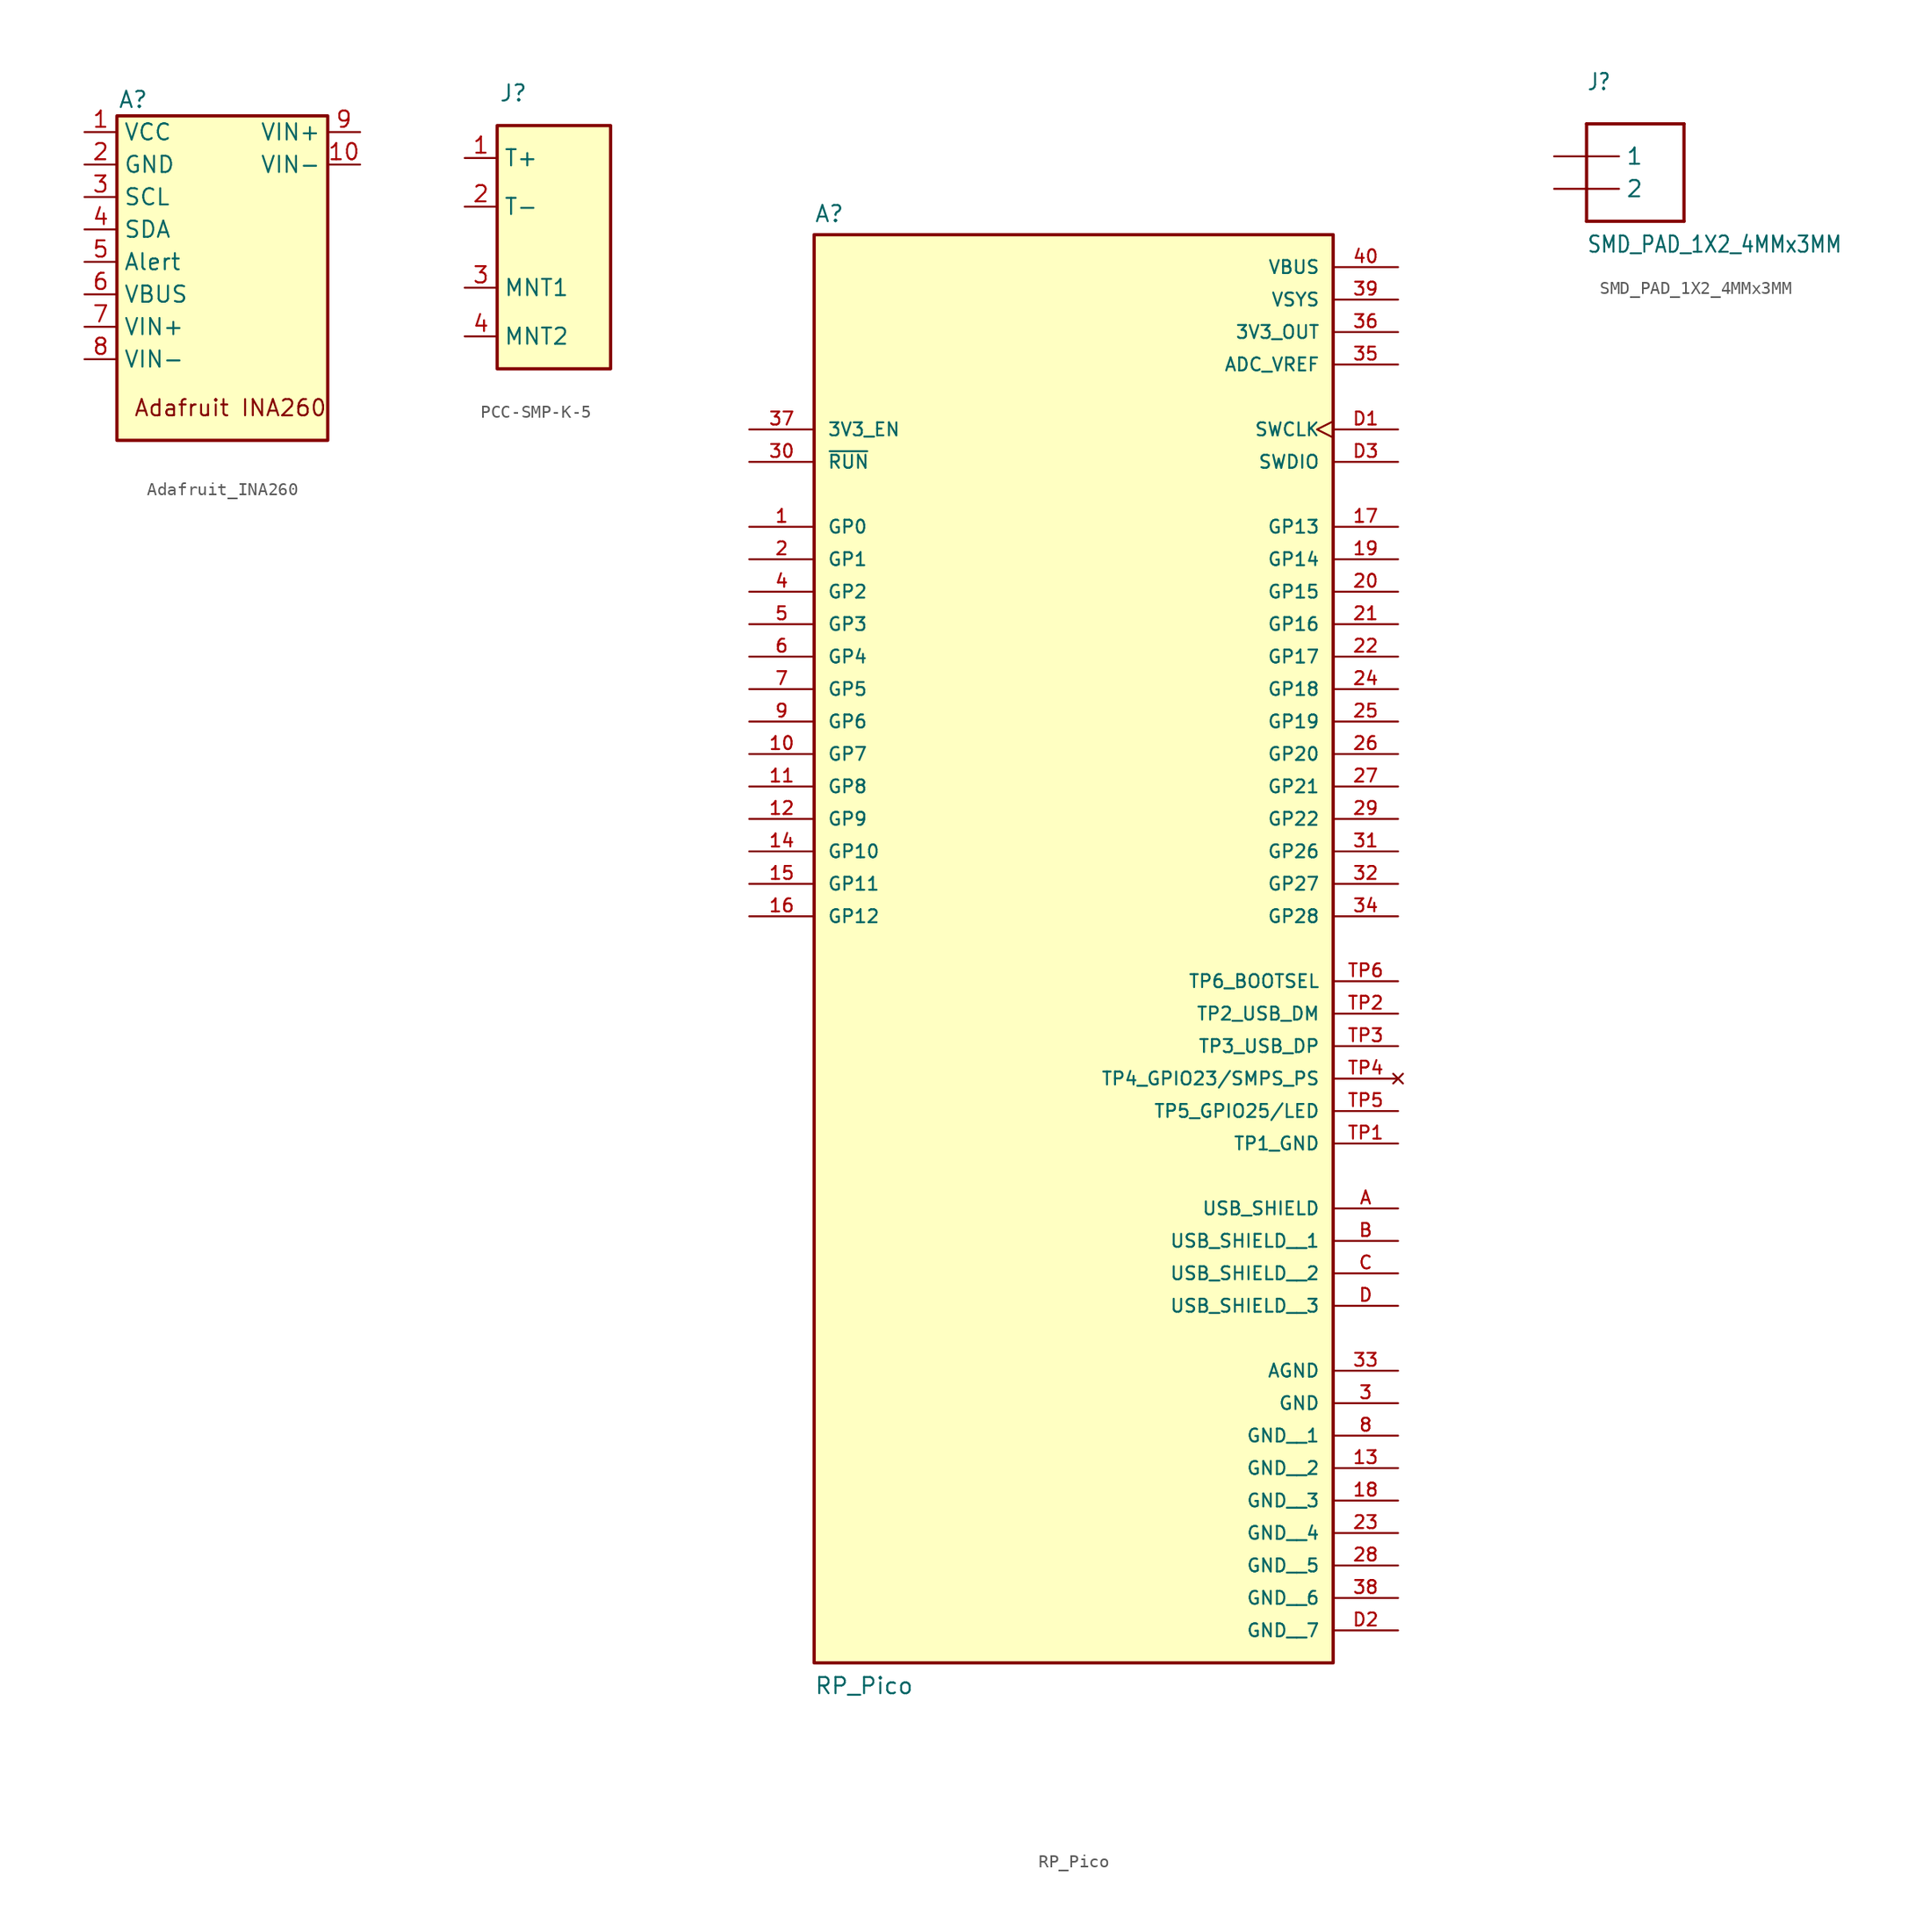
<source format=kicad_sym>
(kicad_symbol_lib
  (version 20220914)
  (generator kicad_symbol_editor)
  (symbol "Adafruit_INA260"
    (property "Reference" "A"
      (at 1.27 2.54 0)
      (effects (font (size 1.27 1.27))))
    (property "Value" ""
      (at 0 0 0)
      (effects (font (size 1.27 1.27))))
    (symbol "Adafruit_INA260_0_0"
      (rectangle (start 0 1.27) (end 16.51 -24.13) (stroke (width 0.254) (type solid)) (fill (type background))))
    (symbol "Adafruit_INA260_1_1"
      (text "Adafruit INA260\n" (at 8.89 -21.59 0) (effects (font (size 1.27 1.27))))
      (pin passive line (at -2.54 0 0) (length 2.54) (name "VCC" (effects (font (size 1.27 1.27)))) (number "1" (effects (font (size 1.27 1.27)))))
      (pin passive line (at 19.05 -2.54 180) (length 2.54) (name "VIN-" (effects (font (size 1.27 1.27)))) (number "10" (effects (font (size 1.27 1.27)))))
      (pin passive line (at -2.54 -2.54 0) (length 2.54) (name "GND" (effects (font (size 1.27 1.27)))) (number "2" (effects (font (size 1.27 1.27)))))
      (pin passive line (at -2.54 -5.08 0) (length 2.54) (name "SCL" (effects (font (size 1.27 1.27)))) (number "3" (effects (font (size 1.27 1.27)))))
      (pin passive line (at -2.54 -7.62 0) (length 2.54) (name "SDA" (effects (font (size 1.27 1.27)))) (number "4" (effects (font (size 1.27 1.27)))))
      (pin passive line (at -2.54 -10.16 0) (length 2.54) (name "Alert" (effects (font (size 1.27 1.27)))) (number "5" (effects (font (size 1.27 1.27)))))
      (pin passive line (at -2.54 -12.7 0) (length 2.54) (name "VBUS" (effects (font (size 1.27 1.27)))) (number "6" (effects (font (size 1.27 1.27)))))
      (pin passive line (at -2.54 -15.24 0) (length 2.54) (name "VIN+" (effects (font (size 1.27 1.27)))) (number "7" (effects (font (size 1.27 1.27)))))
      (pin passive line (at -2.54 -17.78 0) (length 2.54) (name "VIN-" (effects (font (size 1.27 1.27)))) (number "8" (effects (font (size 1.27 1.27)))))
      (pin passive line (at 19.05 0 180) (length 2.54) (name "VIN+" (effects (font (size 1.27 1.27)))) (number "9" (effects (font (size 1.27 1.27)))))))
  (symbol "PCC-SMP-K-5"
    (property "Reference" "J"
      (at -2.54 5.08 0)
      (effects (font (size 1.27 1.27))))
    (property "Value" ""
      (at 0 0 0)
      (effects (font (size 1.27 1.27))))
    (symbol "PCC-SMP-K-5_0_0"
      (rectangle (start -3.81 2.54) (end 5.08 -16.51) (stroke (width 0.254) (type solid)) (fill (type background))))
    (symbol "PCC-SMP-K-5_1_1"
      (pin input line (at -6.35 0 0) (length 2.54) (name "T+" (effects (font (size 1.27 1.27)))) (number "1" (effects (font (size 1.27 1.27)))))
      (pin input line (at -6.35 -3.81 0) (length 2.54) (name "T-" (effects (font (size 1.27 1.27)))) (number "2" (effects (font (size 1.27 1.27)))))
      (pin input line (at -6.35 -10.16 0) (length 2.54) (name "MNT1" (effects (font (size 1.27 1.27)))) (number "3" (effects (font (size 1.27 1.27)))))
      (pin input line (at -6.35 -13.97 0) (length 2.54) (name "MNT2" (effects (font (size 1.27 1.27)))) (number "4" (effects (font (size 1.27 1.27)))))))
  (symbol "RP_Pico"
    (pin_names
      (offset 1.016))
    (property "Reference" "A"
      (at -20.32 44.069 0)
      (effects (font (size 1.27 1.27)) (justify left bottom)))
    (property "Value" "RP_Pico"
      (at -20.32 -71.12 0)
      (effects (font (size 1.27 1.27)) (justify left bottom)))
    (symbol "RP_Pico_0_0"
      (rectangle (start -20.32 -68.58) (end 20.32 43.18) (stroke (width 0.254) (type solid)) (fill (type background)))
      (pin bidirectional line (at -25.4 20.32 0) (length 5.08) (name "GP0" (effects (font (size 1.016 1.016)))) (number "1" (effects (font (size 1.016 1.016)))))
      (pin bidirectional line (at -25.4 2.54 0) (length 5.08) (name "GP7" (effects (font (size 1.016 1.016)))) (number "10" (effects (font (size 1.016 1.016)))))
      (pin bidirectional line (at -25.4 0 0) (length 5.08) (name "GP8" (effects (font (size 1.016 1.016)))) (number "11" (effects (font (size 1.016 1.016)))))
      (pin bidirectional line (at -25.4 -2.54 0) (length 5.08) (name "GP9" (effects (font (size 1.016 1.016)))) (number "12" (effects (font (size 1.016 1.016)))))
      (pin power_in line (at 25.4 -53.34 180) (length 5.08) (name "GND__2" (effects (font (size 1.016 1.016)))) (number "13" (effects (font (size 1.016 1.016)))))
      (pin bidirectional line (at -25.4 -5.08 0) (length 5.08) (name "GP10" (effects (font (size 1.016 1.016)))) (number "14" (effects (font (size 1.016 1.016)))))
      (pin bidirectional line (at -25.4 -7.62 0) (length 5.08) (name "GP11" (effects (font (size 1.016 1.016)))) (number "15" (effects (font (size 1.016 1.016)))))
      (pin bidirectional line (at -25.4 -10.16 0) (length 5.08) (name "GP12" (effects (font (size 1.016 1.016)))) (number "16" (effects (font (size 1.016 1.016)))))
      (pin bidirectional line (at 25.4 20.32 180) (length 5.08) (name "GP13" (effects (font (size 1.016 1.016)))) (number "17" (effects (font (size 1.016 1.016)))))
      (pin power_in line (at 25.4 -55.88 180) (length 5.08) (name "GND__3" (effects (font (size 1.016 1.016)))) (number "18" (effects (font (size 1.016 1.016)))))
      (pin bidirectional line (at 25.4 17.78 180) (length 5.08) (name "GP14" (effects (font (size 1.016 1.016)))) (number "19" (effects (font (size 1.016 1.016)))))
      (pin bidirectional line (at -25.4 17.78 0) (length 5.08) (name "GP1" (effects (font (size 1.016 1.016)))) (number "2" (effects (font (size 1.016 1.016)))))
      (pin bidirectional line (at 25.4 15.24 180) (length 5.08) (name "GP15" (effects (font (size 1.016 1.016)))) (number "20" (effects (font (size 1.016 1.016)))))
      (pin bidirectional line (at 25.4 12.7 180) (length 5.08) (name "GP16" (effects (font (size 1.016 1.016)))) (number "21" (effects (font (size 1.016 1.016)))))
      (pin bidirectional line (at 25.4 10.16 180) (length 5.08) (name "GP17" (effects (font (size 1.016 1.016)))) (number "22" (effects (font (size 1.016 1.016)))))
      (pin power_in line (at 25.4 -58.42 180) (length 5.08) (name "GND__4" (effects (font (size 1.016 1.016)))) (number "23" (effects (font (size 1.016 1.016)))))
      (pin bidirectional line (at 25.4 7.62 180) (length 5.08) (name "GP18" (effects (font (size 1.016 1.016)))) (number "24" (effects (font (size 1.016 1.016)))))
      (pin bidirectional line (at 25.4 5.08 180) (length 5.08) (name "GP19" (effects (font (size 1.016 1.016)))) (number "25" (effects (font (size 1.016 1.016)))))
      (pin bidirectional line (at 25.4 2.54 180) (length 5.08) (name "GP20" (effects (font (size 1.016 1.016)))) (number "26" (effects (font (size 1.016 1.016)))))
      (pin bidirectional line (at 25.4 0 180) (length 5.08) (name "GP21" (effects (font (size 1.016 1.016)))) (number "27" (effects (font (size 1.016 1.016)))))
      (pin power_in line (at 25.4 -60.96 180) (length 5.08) (name "GND__5" (effects (font (size 1.016 1.016)))) (number "28" (effects (font (size 1.016 1.016)))))
      (pin bidirectional line (at 25.4 -2.54 180) (length 5.08) (name "GP22" (effects (font (size 1.016 1.016)))) (number "29" (effects (font (size 1.016 1.016)))))
      (pin power_in line (at 25.4 -48.26 180) (length 5.08) (name "GND" (effects (font (size 1.016 1.016)))) (number "3" (effects (font (size 1.016 1.016)))))
      (pin input line (at -25.4 25.4 0) (length 5.08) (name "~{RUN}" (effects (font (size 1.016 1.016)))) (number "30" (effects (font (size 1.016 1.016)))))
      (pin bidirectional line (at 25.4 -5.08 180) (length 5.08) (name "GP26" (effects (font (size 1.016 1.016)))) (number "31" (effects (font (size 1.016 1.016)))))
      (pin bidirectional line (at 25.4 -7.62 180) (length 5.08) (name "GP27" (effects (font (size 1.016 1.016)))) (number "32" (effects (font (size 1.016 1.016)))))
      (pin power_in line (at 25.4 -45.72 180) (length 5.08) (name "AGND" (effects (font (size 1.016 1.016)))) (number "33" (effects (font (size 1.016 1.016)))))
      (pin bidirectional line (at 25.4 -10.16 180) (length 5.08) (name "GP28" (effects (font (size 1.016 1.016)))) (number "34" (effects (font (size 1.016 1.016)))))
      (pin power_in line (at 25.4 33.02 180) (length 5.08) (name "ADC_VREF" (effects (font (size 1.016 1.016)))) (number "35" (effects (font (size 1.016 1.016)))))
      (pin power_in line (at 25.4 35.56 180) (length 5.08) (name "3V3_OUT" (effects (font (size 1.016 1.016)))) (number "36" (effects (font (size 1.016 1.016)))))
      (pin input line (at -25.4 27.94 0) (length 5.08) (name "3V3_EN" (effects (font (size 1.016 1.016)))) (number "37" (effects (font (size 1.016 1.016)))))
      (pin power_in line (at 25.4 -63.5 180) (length 5.08) (name "GND__6" (effects (font (size 1.016 1.016)))) (number "38" (effects (font (size 1.016 1.016)))))
      (pin power_in line (at 25.4 38.1 180) (length 5.08) (name "VSYS" (effects (font (size 1.016 1.016)))) (number "39" (effects (font (size 1.016 1.016)))))
      (pin bidirectional line (at -25.4 15.24 0) (length 5.08) (name "GP2" (effects (font (size 1.016 1.016)))) (number "4" (effects (font (size 1.016 1.016)))))
      (pin power_in line (at 25.4 40.64 180) (length 5.08) (name "VBUS" (effects (font (size 1.016 1.016)))) (number "40" (effects (font (size 1.016 1.016)))))
      (pin bidirectional line (at -25.4 12.7 0) (length 5.08) (name "GP3" (effects (font (size 1.016 1.016)))) (number "5" (effects (font (size 1.016 1.016)))))
      (pin bidirectional line (at -25.4 10.16 0) (length 5.08) (name "GP4" (effects (font (size 1.016 1.016)))) (number "6" (effects (font (size 1.016 1.016)))))
      (pin bidirectional line (at -25.4 7.62 0) (length 5.08) (name "GP5" (effects (font (size 1.016 1.016)))) (number "7" (effects (font (size 1.016 1.016)))))
      (pin power_in line (at 25.4 -50.8 180) (length 5.08) (name "GND__1" (effects (font (size 1.016 1.016)))) (number "8" (effects (font (size 1.016 1.016)))))
      (pin bidirectional line (at -25.4 5.08 0) (length 5.08) (name "GP6" (effects (font (size 1.016 1.016)))) (number "9" (effects (font (size 1.016 1.016)))))
      (pin power_in line (at 25.4 -33.02 180) (length 5.08) (name "USB_SHIELD" (effects (font (size 1.016 1.016)))) (number "A" (effects (font (size 1.016 1.016)))))
      (pin power_in line (at 25.4 -35.56 180) (length 5.08) (name "USB_SHIELD__1" (effects (font (size 1.016 1.016)))) (number "B" (effects (font (size 1.016 1.016)))))
      (pin power_in line (at 25.4 -38.1 180) (length 5.08) (name "USB_SHIELD__2" (effects (font (size 1.016 1.016)))) (number "C" (effects (font (size 1.016 1.016)))))
      (pin power_in line (at 25.4 -40.64 180) (length 5.08) (name "USB_SHIELD__3" (effects (font (size 1.016 1.016)))) (number "D" (effects (font (size 1.016 1.016)))))
      (pin input clock (at 25.4 27.94 180) (length 5.08) (name "SWCLK" (effects (font (size 1.016 1.016)))) (number "D1" (effects (font (size 1.016 1.016)))))
      (pin power_in line (at 25.4 -66.04 180) (length 5.08) (name "GND__7" (effects (font (size 1.016 1.016)))) (number "D2" (effects (font (size 1.016 1.016)))))
      (pin bidirectional line (at 25.4 25.4 180) (length 5.08) (name "SWDIO" (effects (font (size 1.016 1.016)))) (number "D3" (effects (font (size 1.016 1.016)))))
      (pin power_in line (at 25.4 -27.94 180) (length 5.08) (name "TP1_GND" (effects (font (size 1.016 1.016)))) (number "TP1" (effects (font (size 1.016 1.016)))))
      (pin bidirectional line (at 25.4 -17.78 180) (length 5.08) (name "TP2_USB_DM" (effects (font (size 1.016 1.016)))) (number "TP2" (effects (font (size 1.016 1.016)))))
      (pin bidirectional line (at 25.4 -20.32 180) (length 5.08) (name "TP3_USB_DP" (effects (font (size 1.016 1.016)))) (number "TP3" (effects (font (size 1.016 1.016)))))
      (pin no_connect line (at 25.4 -22.86 180) (length 5.08) (name "TP4_GPIO23/SMPS_PS" (effects (font (size 1.016 1.016)))) (number "TP4" (effects (font (size 1.016 1.016)))))
      (pin output line (at 25.4 -25.4 180) (length 5.08) (name "TP5_GPIO25/LED" (effects (font (size 1.016 1.016)))) (number "TP5" (effects (font (size 1.016 1.016)))))
      (pin input line (at 25.4 -15.24 180) (length 5.08) (name "TP6_BOOTSEL" (effects (font (size 1.016 1.016)))) (number "TP6" (effects (font (size 1.016 1.016)))))))
  (symbol "SMD_PAD_1X2_4MMx3MM"
    (property "Reference" "J"
      (at -2.54 7.62 0)
      (effects (font (size 1.27 1.079)) (justify left bottom)))
    (property "Value" "SMD_PAD_1X2_4MMx3MM"
      (at -2.54 -5.08 0)
      (effects (font (size 1.27 1.079)) (justify left bottom)))
    (symbol "SMD_PAD_1X2_4MMx3MM_1_0"
      (polyline (pts (xy -2.54 -2.54) (xy 5.08 -2.54)) (stroke (width 0.254) (type solid)) (fill (type none)))
      (polyline (pts (xy -2.54 5.08) (xy -2.54 -2.54)) (stroke (width 0.254) (type solid)) (fill (type none)))
      (polyline (pts (xy 5.08 -2.54) (xy 5.08 5.08)) (stroke (width 0.254) (type solid)) (fill (type none)))
      (polyline (pts (xy 5.08 5.08) (xy -2.54 5.08)) (stroke (width 0.254) (type solid)) (fill (type none)))
      (pin passive line (at -5.08 0 0) (length 5.08) (name "2" (effects (font (size 1.27 1.27)))) (number "1" (effects (font (size 0 0)))))
      (pin passive line (at -5.08 2.54 0) (length 5.08) (name "1" (effects (font (size 1.27 1.27)))) (number "2" (effects (font (size 0 0))))))))
</source>
